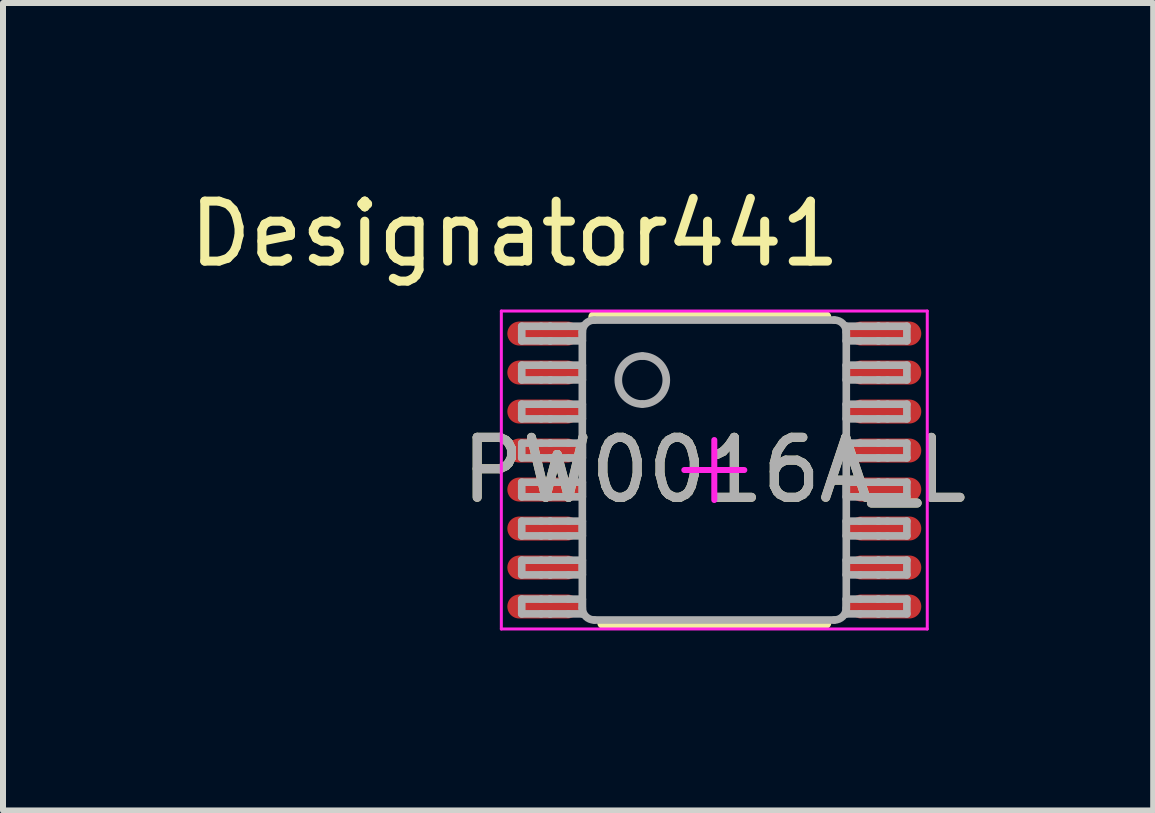
<source format=kicad_pcb>
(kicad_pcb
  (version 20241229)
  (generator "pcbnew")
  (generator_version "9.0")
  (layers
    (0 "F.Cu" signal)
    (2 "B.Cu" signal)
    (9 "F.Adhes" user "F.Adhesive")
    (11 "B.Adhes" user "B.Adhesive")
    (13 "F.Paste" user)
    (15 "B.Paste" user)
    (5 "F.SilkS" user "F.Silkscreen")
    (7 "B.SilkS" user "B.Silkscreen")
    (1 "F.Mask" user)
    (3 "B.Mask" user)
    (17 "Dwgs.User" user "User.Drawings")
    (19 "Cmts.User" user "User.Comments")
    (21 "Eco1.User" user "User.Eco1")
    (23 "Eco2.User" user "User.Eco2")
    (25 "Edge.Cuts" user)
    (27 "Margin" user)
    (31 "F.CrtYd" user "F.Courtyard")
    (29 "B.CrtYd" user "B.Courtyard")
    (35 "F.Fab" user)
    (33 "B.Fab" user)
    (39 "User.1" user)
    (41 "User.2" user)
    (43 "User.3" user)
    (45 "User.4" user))
  (footprint "PW0016A_L"
    (layer "F.Cu")
    (at 8.857 4.785)
    (property "Reference" "PW0016A_L" (at 0 0 0) (unlocked yes) (layer "F.SilkS") (effects (font (size 1 1) (thickness 0.15))))
    (attr smd)
    (fp_line (start -2 -2.55) (end 1.85 -2.55) (stroke (width 0.2) (type solid)) (layer "F.SilkS"))
    (fp_line (start -1.85 2.55) (end 1.85 2.55) (stroke (width 0.2) (type solid)) (layer "F.SilkS"))
    (fp_line (start -3.55 -2.65) (end 3.55 -2.65) (stroke (width 0.05) (type solid)) (layer "F.CrtYd"))
    (fp_line (start -3.55 2.65) (end -3.55 -2.65) (stroke (width 0.05) (type solid)) (layer "F.CrtYd"))
    (fp_line (start -3.55 2.65) (end 3.55 2.65) (stroke (width 0.05) (type solid)) (layer "F.CrtYd"))
    (fp_line (start -0.5 0) (end 0.5 0) (stroke (width 0.1) (type solid)) (layer "F.CrtYd"))
    (fp_line (start -0.000003 0.5) (end -0.000003 -0.5) (stroke (width 0.1) (type solid)) (layer "F.CrtYd"))
    (fp_line (start 3.55 2.65) (end 3.55 -2.65) (stroke (width 0.05) (type solid)) (layer "F.CrtYd"))
    (fp_line (start -3.21 -2.397) (end -2.887 -2.397) (stroke (width 0.127) (type solid)) (layer "F.Fab"))
    (fp_line (start -3.21 -2.153) (end -3.21 -2.397) (stroke (width 0.127) (type solid)) (layer "F.Fab"))
    (fp_line (start -3.21 -2.153) (end -2.887 -2.153) (stroke (width 0.127) (type solid)) (layer "F.Fab"))
    (fp_line (start -3.21 -1.748) (end -2.887 -1.748) (stroke (width 0.127) (type solid)) (layer "F.Fab"))
    (fp_line (start -3.21 -1.502) (end -3.21 -1.748) (stroke (width 0.127) (type solid)) (layer "F.Fab"))
    (fp_line (start -3.21 -1.502) (end -2.887 -1.502) (stroke (width 0.127) (type solid)) (layer "F.Fab"))
    (fp_line (start -3.21 -1.097) (end -2.887 -1.097) (stroke (width 0.127) (type solid)) (layer "F.Fab"))
    (fp_line (start -3.21 -0.853) (end -3.21 -1.097) (stroke (width 0.127) (type solid)) (layer "F.Fab"))
    (fp_line (start -3.21 -0.853) (end -2.887 -0.853) (stroke (width 0.127) (type solid)) (layer "F.Fab"))
    (fp_line (start -3.21 -0.448) (end -2.887 -0.448) (stroke (width 0.127) (type solid)) (layer "F.Fab"))
    (fp_line (start -3.21 -0.202) (end -3.21 -0.448) (stroke (width 0.127) (type solid)) (layer "F.Fab"))
    (fp_line (start -3.21 -0.202) (end -2.887 -0.202) (stroke (width 0.127) (type solid)) (layer "F.Fab"))
    (fp_line (start -3.21 0.203) (end -2.887 0.203) (stroke (width 0.127) (type solid)) (layer "F.Fab"))
    (fp_line (start -3.21 0.447) (end -3.21 0.203) (stroke (width 0.127) (type solid)) (layer "F.Fab"))
    (fp_line (start -3.21 0.447) (end -2.887 0.447) (stroke (width 0.127) (type solid)) (layer "F.Fab"))
    (fp_line (start -3.21 0.852) (end -2.887 0.852) (stroke (width 0.127) (type solid)) (layer "F.Fab"))
    (fp_line (start -3.21 1.098) (end -3.21 0.852) (stroke (width 0.127) (type solid)) (layer "F.Fab"))
    (fp_line (start -3.21 1.098) (end -2.887 1.098) (stroke (width 0.127) (type solid)) (layer "F.Fab"))
    (fp_line (start -3.21 1.503) (end -2.887 1.503) (stroke (width 0.127) (type solid)) (layer "F.Fab"))
    (fp_line (start -3.21 1.748) (end -3.21 1.503) (stroke (width 0.127) (type solid)) (layer "F.Fab"))
    (fp_line (start -3.21 1.748) (end -2.887 1.748) (stroke (width 0.127) (type solid)) (layer "F.Fab"))
    (fp_line (start -3.21 2.152) (end -2.887 2.152) (stroke (width 0.127) (type solid)) (layer "F.Fab"))
    (fp_line (start -3.21 2.398) (end -3.21 2.152) (stroke (width 0.127) (type solid)) (layer "F.Fab"))
    (fp_line (start -3.21 2.398) (end -2.887 2.398) (stroke (width 0.127) (type solid)) (layer "F.Fab"))
    (fp_line (start -2.887 -2.397) (end -2.739 -2.397) (stroke (width 0.127) (type solid)) (layer "F.Fab"))
    (fp_line (start -2.887 -2.153) (end -2.739 -2.153) (stroke (width 0.127) (type solid)) (layer "F.Fab"))
    (fp_line (start -2.887 -1.748) (end -2.739 -1.748) (stroke (width 0.127) (type solid)) (layer "F.Fab"))
    (fp_line (start -2.887 -1.502) (end -2.739 -1.502) (stroke (width 0.127) (type solid)) (layer "F.Fab"))
    (fp_line (start -2.887 -1.097) (end -2.739 -1.097) (stroke (width 0.127) (type solid)) (layer "F.Fab"))
    (fp_line (start -2.887 -0.853) (end -2.739 -0.853) (stroke (width 0.127) (type solid)) (layer "F.Fab"))
    (fp_line (start -2.887 -0.448) (end -2.739 -0.448) (stroke (width 0.127) (type solid)) (layer "F.Fab"))
    (fp_line (start -2.887 -0.202) (end -2.739 -0.202) (stroke (width 0.127) (type solid)) (layer "F.Fab"))
    (fp_line (start -2.887 0.203) (end -2.739 0.203) (stroke (width 0.127) (type solid)) (layer "F.Fab"))
    (fp_line (start -2.887 0.447) (end -2.739 0.447) (stroke (width 0.127) (type solid)) (layer "F.Fab"))
    (fp_line (start -2.887 0.852) (end -2.739 0.852) (stroke (width 0.127) (type solid)) (layer "F.Fab"))
    (fp_line (start -2.887 1.098) (end -2.739 1.098) (stroke (width 0.127) (type solid)) (layer "F.Fab"))
    (fp_line (start -2.887 1.503) (end -2.739 1.503) (stroke (width 0.127) (type solid)) (layer "F.Fab"))
    (fp_line (start -2.887 1.748) (end -2.739 1.748) (stroke (width 0.127) (type solid)) (layer "F.Fab"))
    (fp_line (start -2.887 2.152) (end -2.739 2.152) (stroke (width 0.127) (type solid)) (layer "F.Fab"))
    (fp_line (start -2.887 2.398) (end -2.739 2.398) (stroke (width 0.127) (type solid)) (layer "F.Fab"))
    (fp_line (start -2.739 -2.397) (end -2.733 -2.397) (stroke (width 0.127) (type solid)) (layer "F.Fab"))
    (fp_line (start -2.739 -2.153) (end -2.733 -2.153) (stroke (width 0.127) (type solid)) (layer "F.Fab"))
    (fp_line (start -2.739 -1.748) (end -2.733 -1.748) (stroke (width 0.127) (type solid)) (layer "F.Fab"))
    (fp_line (start -2.739 -1.502) (end -2.733 -1.502) (stroke (width 0.127) (type solid)) (layer "F.Fab"))
    (fp_line (start -2.739 -1.097) (end -2.733 -1.097) (stroke (width 0.127) (type solid)) (layer "F.Fab"))
    (fp_line (start -2.739 -0.853) (end -2.733 -0.853) (stroke (width 0.127) (type solid)) (layer "F.Fab"))
    (fp_line (start -2.739 -0.448) (end -2.733 -0.448) (stroke (width 0.127) (type solid)) (layer "F.Fab"))
    (fp_line (start -2.739 -0.202) (end -2.733 -0.202) (stroke (width 0.127) (type solid)) (layer "F.Fab"))
    (fp_line (start -2.739 0.203) (end -2.733 0.203) (stroke (width 0.127) (type solid)) (layer "F.Fab"))
    (fp_line (start -2.739 0.447) (end -2.733 0.447) (stroke (width 0.127) (type solid)) (layer "F.Fab"))
    (fp_line (start -2.739 0.852) (end -2.733 0.852) (stroke (width 0.127) (type solid)) (layer "F.Fab"))
    (fp_line (start -2.739 1.098) (end -2.733 1.098) (stroke (width 0.127) (type solid)) (layer "F.Fab"))
    (fp_line (start -2.739 1.503) (end -2.733 1.503) (stroke (width 0.127) (type solid)) (layer "F.Fab"))
    (fp_line (start -2.739 1.748) (end -2.733 1.748) (stroke (width 0.127) (type solid)) (layer "F.Fab"))
    (fp_line (start -2.739 2.152) (end -2.733 2.152) (stroke (width 0.127) (type solid)) (layer "F.Fab"))
    (fp_line (start -2.739 2.398) (end -2.733 2.398) (stroke (width 0.127) (type solid)) (layer "F.Fab"))
    (fp_line (start -2.733 -2.397) (end -2.431 -2.397) (stroke (width 0.127) (type solid)) (layer "F.Fab"))
    (fp_line (start -2.733 -2.153) (end -2.431 -2.153) (stroke (width 0.127) (type solid)) (layer "F.Fab"))
    (fp_line (start -2.733 -1.748) (end -2.431 -1.748) (stroke (width 0.127) (type solid)) (layer "F.Fab"))
    (fp_line (start -2.733 -1.502) (end -2.431 -1.502) (stroke (width 0.127) (type solid)) (layer "F.Fab"))
    (fp_line (start -2.733 -1.097) (end -2.431 -1.097) (stroke (width 0.127) (type solid)) (layer "F.Fab"))
    (fp_line (start -2.733 -0.853) (end -2.431 -0.853) (stroke (width 0.127) (type solid)) (layer "F.Fab"))
    (fp_line (start -2.733 -0.448) (end -2.431 -0.448) (stroke (width 0.127) (type solid)) (layer "F.Fab"))
    (fp_line (start -2.733 -0.202) (end -2.431 -0.202) (stroke (width 0.127) (type solid)) (layer "F.Fab"))
    (fp_line (start -2.733 0.203) (end -2.431 0.203) (stroke (width 0.127) (type solid)) (layer "F.Fab"))
    (fp_line (start -2.733 0.447) (end -2.431 0.447) (stroke (width 0.127) (type solid)) (layer "F.Fab"))
    (fp_line (start -2.733 0.852) (end -2.431 0.852) (stroke (width 0.127) (type solid)) (layer "F.Fab"))
    (fp_line (start -2.733 1.098) (end -2.431 1.098) (stroke (width 0.127) (type solid)) (layer "F.Fab"))
    (fp_line (start -2.733 1.503) (end -2.431 1.503) (stroke (width 0.127) (type solid)) (layer "F.Fab"))
    (fp_line (start -2.733 1.748) (end -2.431 1.748) (stroke (width 0.127) (type solid)) (layer "F.Fab"))
    (fp_line (start -2.733 2.152) (end -2.431 2.152) (stroke (width 0.127) (type solid)) (layer "F.Fab"))
    (fp_line (start -2.733 2.398) (end -2.431 2.398) (stroke (width 0.127) (type solid)) (layer "F.Fab"))
    (fp_line (start -2.431 -2.397) (end -2.2 -2.397) (stroke (width 0.127) (type solid)) (layer "F.Fab"))
    (fp_line (start -2.431 -2.153) (end -2.2 -2.153) (stroke (width 0.127) (type solid)) (layer "F.Fab"))
    (fp_line (start -2.431 -1.748) (end -2.2 -1.748) (stroke (width 0.127) (type solid)) (layer "F.Fab"))
    (fp_line (start -2.431 -1.502) (end -2.2 -1.502) (stroke (width 0.127) (type solid)) (layer "F.Fab"))
    (fp_line (start -2.431 -1.097) (end -2.2 -1.097) (stroke (width 0.127) (type solid)) (layer "F.Fab"))
    (fp_line (start -2.431 -0.853) (end -2.2 -0.853) (stroke (width 0.127) (type solid)) (layer "F.Fab"))
    (fp_line (start -2.431 -0.448) (end -2.2 -0.448) (stroke (width 0.127) (type solid)) (layer "F.Fab"))
    (fp_line (start -2.431 -0.202) (end -2.2 -0.202) (stroke (width 0.127) (type solid)) (layer "F.Fab"))
    (fp_line (start -2.431 0.203) (end -2.2 0.203) (stroke (width 0.127) (type solid)) (layer "F.Fab"))
    (fp_line (start -2.431 0.447) (end -2.2 0.447) (stroke (width 0.127) (type solid)) (layer "F.Fab"))
    (fp_line (start -2.431 0.852) (end -2.2 0.852) (stroke (width 0.127) (type solid)) (layer "F.Fab"))
    (fp_line (start -2.431 1.098) (end -2.2 1.098) (stroke (width 0.127) (type solid)) (layer "F.Fab"))
    (fp_line (start -2.431 1.503) (end -2.2 1.503) (stroke (width 0.127) (type solid)) (layer "F.Fab"))
    (fp_line (start -2.431 1.748) (end -2.2 1.748) (stroke (width 0.127) (type solid)) (layer "F.Fab"))
    (fp_line (start -2.431 2.152) (end -2.2 2.152) (stroke (width 0.127) (type solid)) (layer "F.Fab"))
    (fp_line (start -2.431 2.398) (end -2.2 2.398) (stroke (width 0.127) (type solid)) (layer "F.Fab"))
    (fp_line (start -2.2 -2.153) (end -2.2 -2.397) (stroke (width 0.127) (type solid)) (layer "F.Fab"))
    (fp_line (start -2.2 -1.502) (end -2.2 -1.748) (stroke (width 0.127) (type solid)) (layer "F.Fab"))
    (fp_line (start -2.2 -0.853) (end -2.2 -1.097) (stroke (width 0.127) (type solid)) (layer "F.Fab"))
    (fp_line (start -2.2 -0.202) (end -2.2 -0.448) (stroke (width 0.127) (type solid)) (layer "F.Fab"))
    (fp_line (start -2.2 0.447) (end -2.2 0.203) (stroke (width 0.127) (type solid)) (layer "F.Fab"))
    (fp_line (start -2.2 1.098) (end -2.2 0.852) (stroke (width 0.127) (type solid)) (layer "F.Fab"))
    (fp_line (start -2.2 1.748) (end -2.2 1.503) (stroke (width 0.127) (type solid)) (layer "F.Fab"))
    (fp_line (start -2.2 2.3) (end -2.2 -2.3) (stroke (width 0.127) (type solid)) (layer "F.Fab"))
    (fp_line (start -2.2 2.398) (end -2.2 2.152) (stroke (width 0.127) (type solid)) (layer "F.Fab"))
    (fp_line (start -2 -2.5) (end 2 -2.5) (stroke (width 0.127) (type solid)) (layer "F.Fab"))
    (fp_line (start -2 2.5) (end 2 2.5) (stroke (width 0.127) (type solid)) (layer "F.Fab"))
    (fp_line (start 2.2 -2.397) (end 2.43 -2.397) (stroke (width 0.127) (type solid)) (layer "F.Fab"))
    (fp_line (start 2.2 -2.153) (end 2.2 -2.397) (stroke (width 0.127) (type solid)) (layer "F.Fab"))
    (fp_line (start 2.2 -2.153) (end 2.43 -2.153) (stroke (width 0.127) (type solid)) (layer "F.Fab"))
    (fp_line (start 2.2 -1.748) (end 2.43 -1.748) (stroke (width 0.127) (type solid)) (layer "F.Fab"))
    (fp_line (start 2.2 -1.502) (end 2.2 -1.748) (stroke (width 0.127) (type solid)) (layer "F.Fab"))
    (fp_line (start 2.2 -1.502) (end 2.43 -1.502) (stroke (width 0.127) (type solid)) (layer "F.Fab"))
    (fp_line (start 2.2 -1.097) (end 2.43 -1.097) (stroke (width 0.127) (type solid)) (layer "F.Fab"))
    (fp_line (start 2.2 -0.853) (end 2.2 -1.097) (stroke (width 0.127) (type solid)) (layer "F.Fab"))
    (fp_line (start 2.2 -0.853) (end 2.43 -0.853) (stroke (width 0.127) (type solid)) (layer "F.Fab"))
    (fp_line (start 2.2 -0.448) (end 2.43 -0.448) (stroke (width 0.127) (type solid)) (layer "F.Fab"))
    (fp_line (start 2.2 -0.202) (end 2.2 -0.448) (stroke (width 0.127) (type solid)) (layer "F.Fab"))
    (fp_line (start 2.2 -0.202) (end 2.43 -0.202) (stroke (width 0.127) (type solid)) (layer "F.Fab"))
    (fp_line (start 2.2 0.203) (end 2.43 0.203) (stroke (width 0.127) (type solid)) (layer "F.Fab"))
    (fp_line (start 2.2 0.447) (end 2.2 0.203) (stroke (width 0.127) (type solid)) (layer "F.Fab"))
    (fp_line (start 2.2 0.447) (end 2.43 0.447) (stroke (width 0.127) (type solid)) (layer "F.Fab"))
    (fp_line (start 2.2 0.852) (end 2.43 0.852) (stroke (width 0.127) (type solid)) (layer "F.Fab"))
    (fp_line (start 2.2 1.098) (end 2.2 0.852) (stroke (width 0.127) (type solid)) (layer "F.Fab"))
    (fp_line (start 2.2 1.098) (end 2.43 1.098) (stroke (width 0.127) (type solid)) (layer "F.Fab"))
    (fp_line (start 2.2 1.503) (end 2.43 1.503) (stroke (width 0.127) (type solid)) (layer "F.Fab"))
    (fp_line (start 2.2 1.748) (end 2.2 1.503) (stroke (width 0.127) (type solid)) (layer "F.Fab"))
    (fp_line (start 2.2 1.748) (end 2.43 1.748) (stroke (width 0.127) (type solid)) (layer "F.Fab"))
    (fp_line (start 2.2 2.152) (end 2.43 2.152) (stroke (width 0.127) (type solid)) (layer "F.Fab"))
    (fp_line (start 2.2 2.3) (end 2.2 -2.3) (stroke (width 0.127) (type solid)) (layer "F.Fab"))
    (fp_line (start 2.2 2.398) (end 2.2 2.152) (stroke (width 0.127) (type solid)) (layer "F.Fab"))
    (fp_line (start 2.2 2.398) (end 2.43 2.398) (stroke (width 0.127) (type solid)) (layer "F.Fab"))
    (fp_line (start 2.43 -2.397) (end 2.733 -2.397) (stroke (width 0.127) (type solid)) (layer "F.Fab"))
    (fp_line (start 2.43 -2.153) (end 2.733 -2.153) (stroke (width 0.127) (type solid)) (layer "F.Fab"))
    (fp_line (start 2.43 -1.748) (end 2.733 -1.748) (stroke (width 0.127) (type solid)) (layer "F.Fab"))
    (fp_line (start 2.43 -1.502) (end 2.733 -1.502) (stroke (width 0.127) (type solid)) (layer "F.Fab"))
    (fp_line (start 2.43 -1.097) (end 2.733 -1.097) (stroke (width 0.127) (type solid)) (layer "F.Fab"))
    (fp_line (start 2.43 -0.853) (end 2.733 -0.853) (stroke (width 0.127) (type solid)) (layer "F.Fab"))
    (fp_line (start 2.43 -0.448) (end 2.733 -0.448) (stroke (width 0.127) (type solid)) (layer "F.Fab"))
    (fp_line (start 2.43 -0.202) (end 2.733 -0.202) (stroke (width 0.127) (type solid)) (layer "F.Fab"))
    (fp_line (start 2.43 0.203) (end 2.733 0.203) (stroke (width 0.127) (type solid)) (layer "F.Fab"))
    (fp_line (start 2.43 0.447) (end 2.733 0.447) (stroke (width 0.127) (type solid)) (layer "F.Fab"))
    (fp_line (start 2.43 0.852) (end 2.733 0.852) (stroke (width 0.127) (type solid)) (layer "F.Fab"))
    (fp_line (start 2.43 1.098) (end 2.733 1.098) (stroke (width 0.127) (type solid)) (layer "F.Fab"))
    (fp_line (start 2.43 1.503) (end 2.733 1.503) (stroke (width 0.127) (type solid)) (layer "F.Fab"))
    (fp_line (start 2.43 1.748) (end 2.733 1.748) (stroke (width 0.127) (type solid)) (layer "F.Fab"))
    (fp_line (start 2.43 2.152) (end 2.733 2.152) (stroke (width 0.127) (type solid)) (layer "F.Fab"))
    (fp_line (start 2.43 2.398) (end 2.733 2.398) (stroke (width 0.127) (type solid)) (layer "F.Fab"))
    (fp_line (start 2.733 -2.397) (end 2.739 -2.397) (stroke (width 0.127) (type solid)) (layer "F.Fab"))
    (fp_line (start 2.733 -2.153) (end 2.739 -2.153) (stroke (width 0.127) (type solid)) (layer "F.Fab"))
    (fp_line (start 2.733 -1.748) (end 2.739 -1.748) (stroke (width 0.127) (type solid)) (layer "F.Fab"))
    (fp_line (start 2.733 -1.502) (end 2.739 -1.502) (stroke (width 0.127) (type solid)) (layer "F.Fab"))
    (fp_line (start 2.733 -1.097) (end 2.739 -1.097) (stroke (width 0.127) (type solid)) (layer "F.Fab"))
    (fp_line (start 2.733 -0.853) (end 2.739 -0.853) (stroke (width 0.127) (type solid)) (layer "F.Fab"))
    (fp_line (start 2.733 -0.448) (end 2.739 -0.448) (stroke (width 0.127) (type solid)) (layer "F.Fab"))
    (fp_line (start 2.733 -0.202) (end 2.739 -0.202) (stroke (width 0.127) (type solid)) (layer "F.Fab"))
    (fp_line (start 2.733 0.203) (end 2.739 0.203) (stroke (width 0.127) (type solid)) (layer "F.Fab"))
    (fp_line (start 2.733 0.447) (end 2.739 0.447) (stroke (width 0.127) (type solid)) (layer "F.Fab"))
    (fp_line (start 2.733 0.852) (end 2.739 0.852) (stroke (width 0.127) (type solid)) (layer "F.Fab"))
    (fp_line (start 2.733 1.098) (end 2.739 1.098) (stroke (width 0.127) (type solid)) (layer "F.Fab"))
    (fp_line (start 2.733 1.503) (end 2.739 1.503) (stroke (width 0.127) (type solid)) (layer "F.Fab"))
    (fp_line (start 2.733 1.748) (end 2.739 1.748) (stroke (width 0.127) (type solid)) (layer "F.Fab"))
    (fp_line (start 2.733 2.152) (end 2.739 2.152) (stroke (width 0.127) (type solid)) (layer "F.Fab"))
    (fp_line (start 2.733 2.398) (end 2.739 2.398) (stroke (width 0.127) (type solid)) (layer "F.Fab"))
    (fp_line (start 2.739 -2.397) (end 2.887 -2.397) (stroke (width 0.127) (type solid)) (layer "F.Fab"))
    (fp_line (start 2.739 -2.153) (end 2.887 -2.153) (stroke (width 0.127) (type solid)) (layer "F.Fab"))
    (fp_line (start 2.739 -1.748) (end 2.887 -1.748) (stroke (width 0.127) (type solid)) (layer "F.Fab"))
    (fp_line (start 2.739 -1.502) (end 2.887 -1.502) (stroke (width 0.127) (type solid)) (layer "F.Fab"))
    (fp_line (start 2.739 -1.097) (end 2.887 -1.097) (stroke (width 0.127) (type solid)) (layer "F.Fab"))
    (fp_line (start 2.739 -0.853) (end 2.887 -0.853) (stroke (width 0.127) (type solid)) (layer "F.Fab"))
    (fp_line (start 2.739 -0.448) (end 2.887 -0.448) (stroke (width 0.127) (type solid)) (layer "F.Fab"))
    (fp_line (start 2.739 -0.202) (end 2.887 -0.202) (stroke (width 0.127) (type solid)) (layer "F.Fab"))
    (fp_line (start 2.739 0.203) (end 2.887 0.203) (stroke (width 0.127) (type solid)) (layer "F.Fab"))
    (fp_line (start 2.739 0.447) (end 2.887 0.447) (stroke (width 0.127) (type solid)) (layer "F.Fab"))
    (fp_line (start 2.739 0.852) (end 2.887 0.852) (stroke (width 0.127) (type solid)) (layer "F.Fab"))
    (fp_line (start 2.739 1.098) (end 2.887 1.098) (stroke (width 0.127) (type solid)) (layer "F.Fab"))
    (fp_line (start 2.739 1.503) (end 2.887 1.503) (stroke (width 0.127) (type solid)) (layer "F.Fab"))
    (fp_line (start 2.739 1.748) (end 2.887 1.748) (stroke (width 0.127) (type solid)) (layer "F.Fab"))
    (fp_line (start 2.739 2.152) (end 2.887 2.152) (stroke (width 0.127) (type solid)) (layer "F.Fab"))
    (fp_line (start 2.739 2.398) (end 2.887 2.398) (stroke (width 0.127) (type solid)) (layer "F.Fab"))
    (fp_line (start 2.887 -2.397) (end 3.21 -2.397) (stroke (width 0.127) (type solid)) (layer "F.Fab"))
    (fp_line (start 2.887 -2.153) (end 3.21 -2.153) (stroke (width 0.127) (type solid)) (layer "F.Fab"))
    (fp_line (start 2.887 -1.748) (end 3.21 -1.748) (stroke (width 0.127) (type solid)) (layer "F.Fab"))
    (fp_line (start 2.887 -1.502) (end 3.21 -1.502) (stroke (width 0.127) (type solid)) (layer "F.Fab"))
    (fp_line (start 2.887 -1.097) (end 3.21 -1.097) (stroke (width 0.127) (type solid)) (layer "F.Fab"))
    (fp_line (start 2.887 -0.853) (end 3.21 -0.853) (stroke (width 0.127) (type solid)) (layer "F.Fab"))
    (fp_line (start 2.887 -0.448) (end 3.21 -0.448) (stroke (width 0.127) (type solid)) (layer "F.Fab"))
    (fp_line (start 2.887 -0.202) (end 3.21 -0.202) (stroke (width 0.127) (type solid)) (layer "F.Fab"))
    (fp_line (start 2.887 0.203) (end 3.21 0.203) (stroke (width 0.127) (type solid)) (layer "F.Fab"))
    (fp_line (start 2.887 0.447) (end 3.21 0.447) (stroke (width 0.127) (type solid)) (layer "F.Fab"))
    (fp_line (start 2.887 0.852) (end 3.21 0.852) (stroke (width 0.127) (type solid)) (layer "F.Fab"))
    (fp_line (start 2.887 1.098) (end 3.21 1.098) (stroke (width 0.127) (type solid)) (layer "F.Fab"))
    (fp_line (start 2.887 1.503) (end 3.21 1.503) (stroke (width 0.127) (type solid)) (layer "F.Fab"))
    (fp_line (start 2.887 1.748) (end 3.21 1.748) (stroke (width 0.127) (type solid)) (layer "F.Fab"))
    (fp_line (start 2.887 2.152) (end 3.21 2.152) (stroke (width 0.127) (type solid)) (layer "F.Fab"))
    (fp_line (start 2.887 2.398) (end 3.21 2.398) (stroke (width 0.127) (type solid)) (layer "F.Fab"))
    (fp_line (start 3.21 -2.153) (end 3.21 -2.397) (stroke (width 0.127) (type solid)) (layer "F.Fab"))
    (fp_line (start 3.21 -1.502) (end 3.21 -1.748) (stroke (width 0.127) (type solid)) (layer "F.Fab"))
    (fp_line (start 3.21 -0.853) (end 3.21 -1.097) (stroke (width 0.127) (type solid)) (layer "F.Fab"))
    (fp_line (start 3.21 -0.202) (end 3.21 -0.448) (stroke (width 0.127) (type solid)) (layer "F.Fab"))
    (fp_line (start 3.21 0.447) (end 3.21 0.203) (stroke (width 0.127) (type solid)) (layer "F.Fab"))
    (fp_line (start 3.21 1.098) (end 3.21 0.852) (stroke (width 0.127) (type solid)) (layer "F.Fab"))
    (fp_line (start 3.21 1.748) (end 3.21 1.503) (stroke (width 0.127) (type solid)) (layer "F.Fab"))
    (fp_line (start 3.21 2.398) (end 3.21 2.152) (stroke (width 0.127) (type solid)) (layer "F.Fab"))
    (fp_arc (start -2.200001 -2.3) (mid -2.141422 -2.441421) (end -2.000001 -2.5) (stroke (width 0.127) (type solid)) (layer "F.Fab"))
    (fp_arc (start -2.000001 2.500015) (mid -2.141422 2.441437) (end -2.200001 2.300016) (stroke (width 0.127) (type solid)) (layer "F.Fab"))
    (fp_arc (start -1.200003 -1.900001) (mid -0.800003 -1.500002) (end -1.200003 -1.100003) (stroke (width 0.127) (type solid)) (layer "F.Fab"))
    (fp_arc (start -1.200003 -1.100003) (mid -1.600002 -1.500002) (end -1.200003 -1.900001) (stroke (width 0.127) (type solid)) (layer "F.Fab"))
    (fp_arc (start 1.999991 -2.5) (mid 2.141412 -2.441422) (end 2.199991 -2.3) (stroke (width 0.127) (type solid)) (layer "F.Fab"))
    (fp_arc (start 2.199991 2.300016) (mid 2.141412 2.441437) (end 1.999991 2.500015) (stroke (width 0.127) (type solid)) (layer "F.Fab"))
    (fp_text user "Designator441" (at -3.327 -3.937 0) (unlocked yes) (layer "F.SilkS") (effects (font (size 1 1) (thickness 0.15))))
    (fp_text user "${REFERENCE}" (at 0 0 0) (unlocked yes) (layer "F.Fab") (effects (font (size 1 1) (thickness 0.15))))
    (pad "1" smd oval (at -2.85 -2.275 90) (size 0.4 1.2) (layers "F.Cu" "F.Mask" "F.Paste"))
    (pad "2" smd oval (at -2.85 -1.625 90) (size 0.4 1.2) (layers "F.Cu" "F.Mask" "F.Paste"))
    (pad "3" smd oval (at -2.85 -0.975 90) (size 0.4 1.2) (layers "F.Cu" "F.Mask" "F.Paste"))
    (pad "4" smd oval (at -2.85 -0.325 90) (size 0.4 1.2) (layers "F.Cu" "F.Mask" "F.Paste"))
    (pad "5" smd oval (at -2.85 0.325 90) (size 0.4 1.2) (layers "F.Cu" "F.Mask" "F.Paste"))
    (pad "6" smd oval (at -2.85 0.975 90) (size 0.4 1.2) (layers "F.Cu" "F.Mask" "F.Paste"))
    (pad "7" smd oval (at -2.85 1.625 90) (size 0.4 1.2) (layers "F.Cu" "F.Mask" "F.Paste"))
    (pad "8" smd oval (at -2.85 2.275 90) (size 0.4 1.2) (layers "F.Cu" "F.Mask" "F.Paste"))
    (pad "9" smd oval (at 2.85 2.275 90) (size 0.4 1.2) (layers "F.Cu" "F.Mask" "F.Paste"))
    (pad "10" smd oval (at 2.85 1.625 90) (size 0.4 1.2) (layers "F.Cu" "F.Mask" "F.Paste"))
    (pad "11" smd oval (at 2.85 0.975 90) (size 0.4 1.2) (layers "F.Cu" "F.Mask" "F.Paste"))
    (pad "12" smd oval (at 2.85 0.325 90) (size 0.4 1.2) (layers "F.Cu" "F.Mask" "F.Paste"))
    (pad "13" smd oval (at 2.85 -0.325 90) (size 0.4 1.2) (layers "F.Cu" "F.Mask" "F.Paste"))
    (pad "14" smd oval (at 2.85 -0.975 90) (size 0.4 1.2) (layers "F.Cu" "F.Mask" "F.Paste"))
    (pad "15" smd oval (at 2.85 -1.625 90) (size 0.4 1.2) (layers "F.Cu" "F.Mask" "F.Paste"))
    (pad "16" smd oval (at 2.85 -2.275 90) (size 0.4 1.2) (layers "F.Cu" "F.Mask" "F.Paste")))
  (gr_rect
    (start -3 -3)
    (end 16.173 10.46)
    (stroke (width 0.1) (type default))
    (fill no)
    (layer "Edge.Cuts")))
</source>
